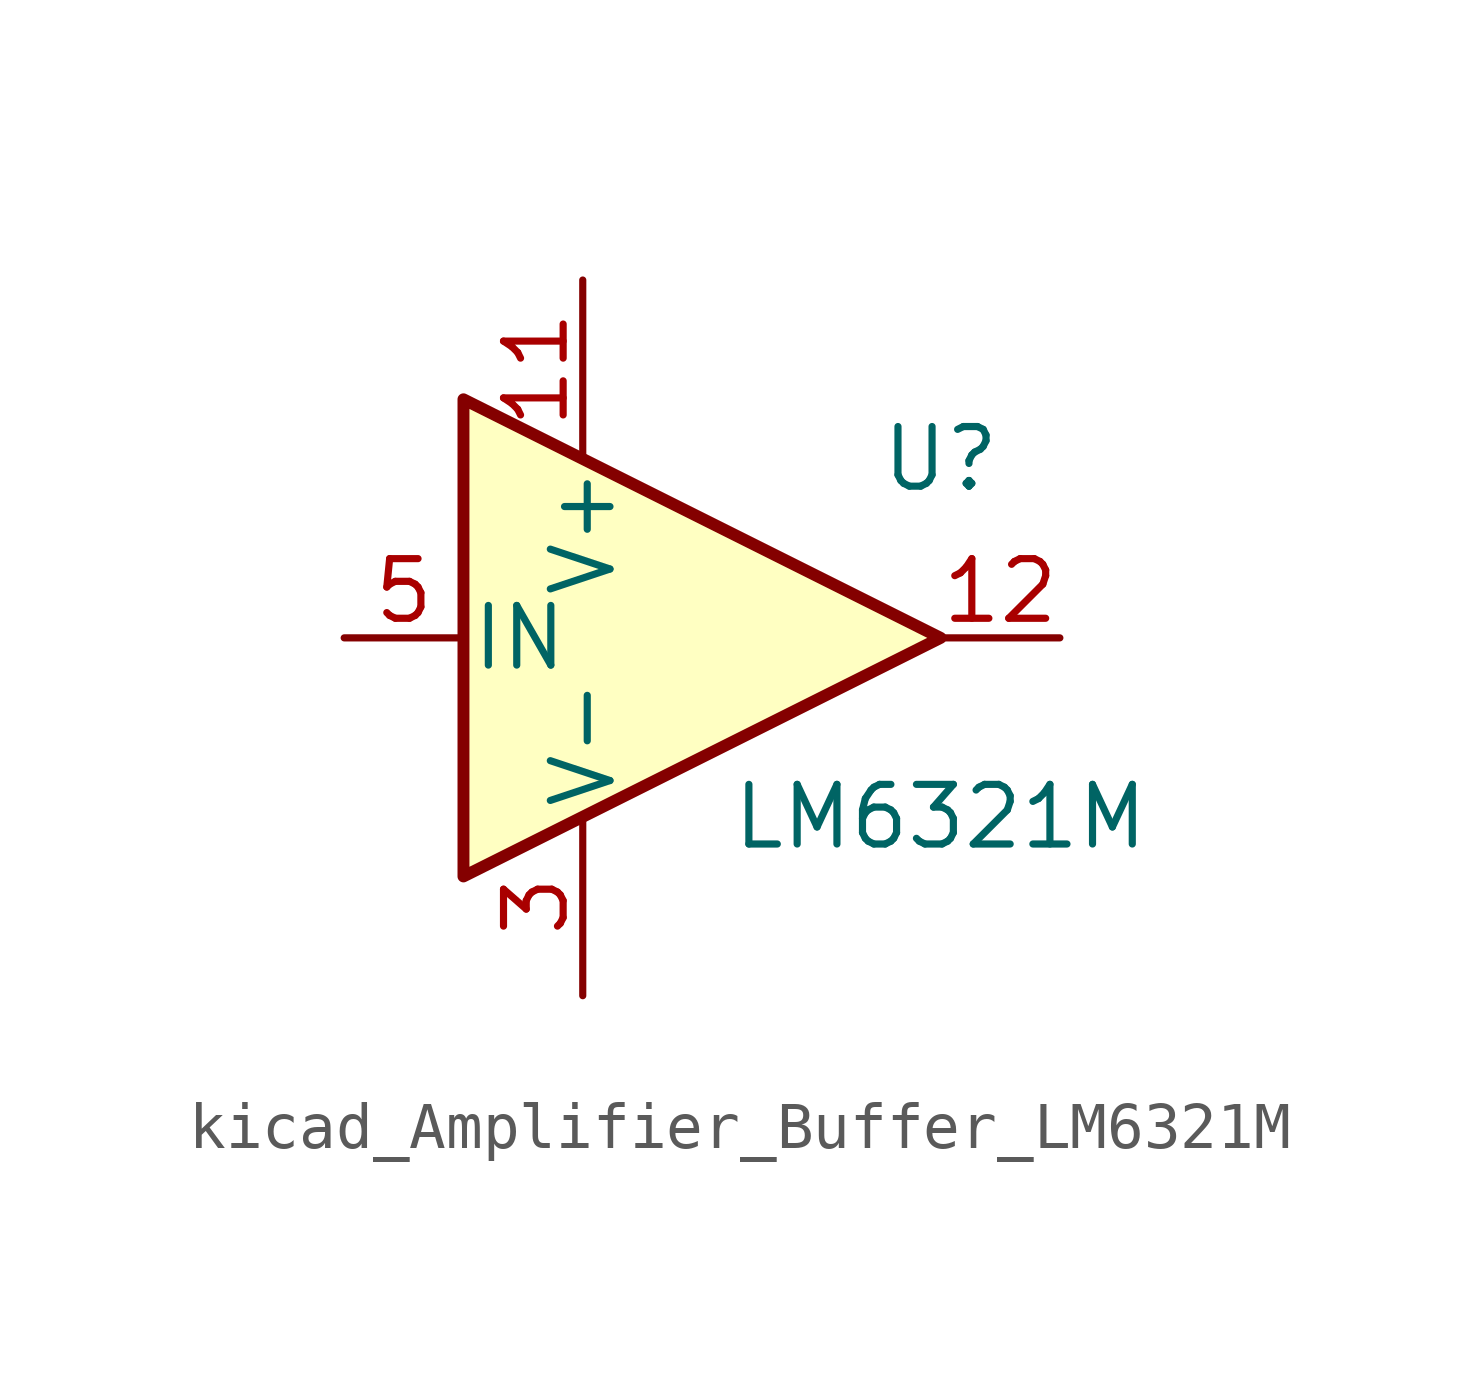
<source format=kicad_sym>
(kicad_symbol_lib
  (version 20220914)
  (generator kicad_symbol_editor)
  (symbol "kicad_Amplifier_Buffer_LM6321M"
    (pin_names
      (offset 0.127))
    (property "Reference" "U"
      (at 5.08 3.81 0)
      (effects (font (size 1.27 1.27))))
    (property "Value" "LM6321M"
      (at 5.08 -3.81 0)
      (effects (font (size 1.27 1.27))))
    (symbol "kicad_Amplifier_Buffer_LM6321M_0_1"
      (polyline (pts (xy 5.08 0) (xy -5.08 5.08) (xy -5.08 -5.08) (xy 5.08 0)) (stroke (width 0.254) (type default)) (fill (type background))))
    (symbol "kicad_Amplifier_Buffer_LM6321M_1_1"
      (pin passive line (at -2.54 -7.62 90) (length 3.81) hide (name "V-" (effects (font (size 1.27 1.27)))) (number "1" (effects (font (size 1.27 1.27)))))
      (pin no_connect line (at 0 -2.54 90) (length 2.54) hide (name "NC" (effects (font (size 1.27 1.27)))) (number "10" (effects (font (size 1.27 1.27)))))
      (pin power_in line (at -2.54 7.62 270) (length 3.81) (name "V+" (effects (font (size 1.27 1.27)))) (number "11" (effects (font (size 1.27 1.27)))))
      (pin output line (at 7.62 0 180) (length 2.54) (name "~" (effects (font (size 1.27 1.27)))) (number "12" (effects (font (size 1.27 1.27)))))
      (pin passive line (at -2.54 -7.62 90) (length 3.81) hide (name "V-" (effects (font (size 1.27 1.27)))) (number "13" (effects (font (size 1.27 1.27)))))
      (pin passive line (at -2.54 -7.62 90) (length 3.81) hide (name "V-" (effects (font (size 1.27 1.27)))) (number "14" (effects (font (size 1.27 1.27)))))
      (pin passive line (at -2.54 -7.62 90) (length 3.81) hide (name "V-" (effects (font (size 1.27 1.27)))) (number "2" (effects (font (size 1.27 1.27)))))
      (pin power_in line (at -2.54 -7.62 90) (length 3.81) (name "V-" (effects (font (size 1.27 1.27)))) (number "3" (effects (font (size 1.27 1.27)))))
      (pin no_connect line (at 0 2.54 270) (length 2.54) hide (name "NC" (effects (font (size 1.27 1.27)))) (number "4" (effects (font (size 1.27 1.27)))))
      (pin input line (at -7.62 0 0) (length 2.54) (name "IN" (effects (font (size 1.27 1.27)))) (number "5" (effects (font (size 1.27 1.27)))))
      (pin passive line (at -2.54 -7.62 90) (length 3.81) hide (name "V-" (effects (font (size 1.27 1.27)))) (number "6" (effects (font (size 1.27 1.27)))))
      (pin passive line (at -2.54 -7.62 90) (length 3.81) hide (name "V-" (effects (font (size 1.27 1.27)))) (number "7" (effects (font (size 1.27 1.27)))))
      (pin passive line (at -2.54 -7.62 90) (length 3.81) hide (name "V-" (effects (font (size 1.27 1.27)))) (number "8" (effects (font (size 1.27 1.27)))))
      (pin passive line (at -2.54 -7.62 90) (length 3.81) hide (name "V-" (effects (font (size 1.27 1.27)))) (number "9" (effects (font (size 1.27 1.27))))))))
</source>
